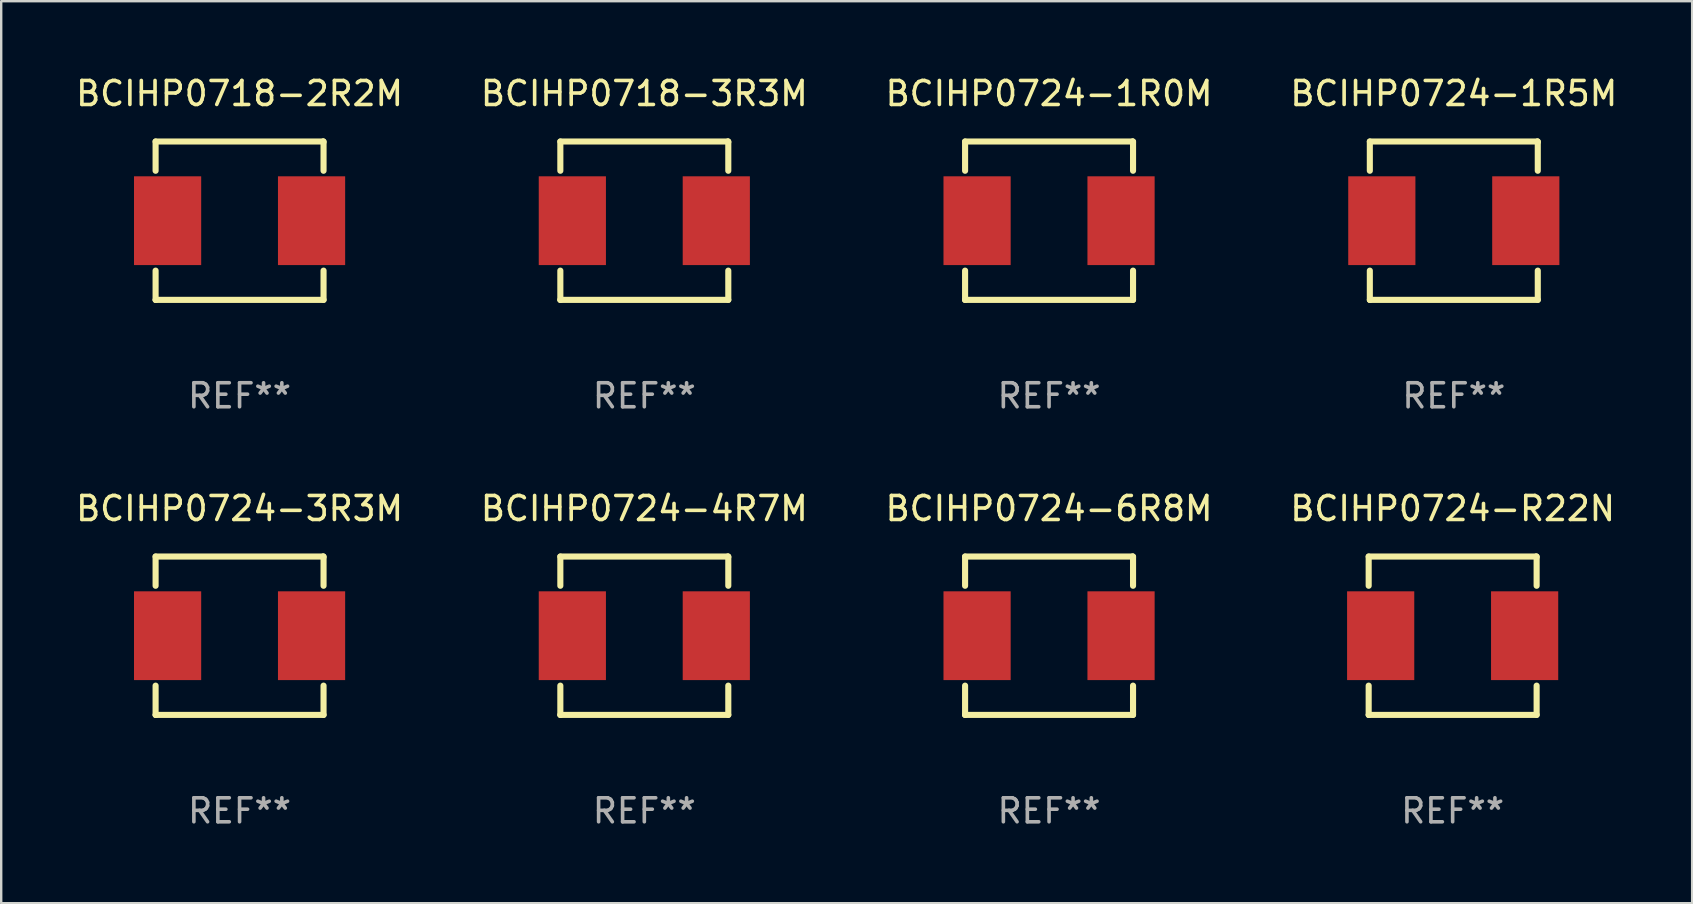
<source format=kicad_pcb>
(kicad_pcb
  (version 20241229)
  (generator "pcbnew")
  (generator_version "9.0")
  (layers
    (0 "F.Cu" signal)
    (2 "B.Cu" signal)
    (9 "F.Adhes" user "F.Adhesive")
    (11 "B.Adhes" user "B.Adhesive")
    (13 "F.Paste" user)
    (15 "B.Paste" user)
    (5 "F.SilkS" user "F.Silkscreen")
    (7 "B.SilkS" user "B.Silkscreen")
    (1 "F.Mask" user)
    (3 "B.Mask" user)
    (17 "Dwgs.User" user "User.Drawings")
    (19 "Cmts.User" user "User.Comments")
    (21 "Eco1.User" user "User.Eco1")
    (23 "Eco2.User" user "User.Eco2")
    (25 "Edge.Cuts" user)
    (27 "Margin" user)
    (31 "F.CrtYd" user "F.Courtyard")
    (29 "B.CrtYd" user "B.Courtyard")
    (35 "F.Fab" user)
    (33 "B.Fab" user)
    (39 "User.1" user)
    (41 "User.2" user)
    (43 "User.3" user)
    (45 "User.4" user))
  (footprint "BCIHP0724-R22N"
    (layer "F.Cu")
    (at 57.494 23.445)
    (property "Reference" "BCIHP0724-R22N" (at 0 -5.3 0) (layer "F.SilkS") (effects (font (size 1 1) (thickness 0.15))))
    (attr through_hole)
    (fp_line (start -3.5 -3.3) (end 3.48 -3.3) (stroke (width 0.254) (type solid)) (layer "F.SilkS"))
    (fp_line (start -3.5 -2.081) (end -3.5 -3.3) (stroke (width 0.254) (type solid)) (layer "F.SilkS"))
    (fp_line (start -3.5 3.3) (end -3.5 2.081) (stroke (width 0.254) (type solid)) (layer "F.SilkS"))
    (fp_line (start -3.49 3.3) (end -3.5 3.3) (stroke (width 0.254) (type solid)) (layer "F.SilkS"))
    (fp_line (start 3.48 -3.3) (end 3.5 -3.28) (stroke (width 0.254) (type solid)) (layer "F.SilkS"))
    (fp_line (start 3.5 -3.3) (end 3.5 -2.081) (stroke (width 0.254) (type solid)) (layer "F.SilkS"))
    (fp_line (start 3.5 2.081) (end 3.5 3.3) (stroke (width 0.254) (type solid)) (layer "F.SilkS"))
    (fp_line (start 3.5 3.3) (end -3.49 3.3) (stroke (width 0.254) (type solid)) (layer "F.SilkS"))
    (fp_circle (center -3.5 3.3) (end -3.47 3.3) (stroke (width 0.06) (type solid)) (fill no) (layer "F.SilkS"))
    (fp_text user "REF**" (at 0 7.3 0) (layer "F.Fab") (effects (font (size 1 1) (thickness 0.15))))
    (pad "1" smd rect (at -3 0) (size 2.8 3.7) (layers "F.Cu" "F.Mask" "F.Paste"))
    (pad "2" smd rect (at 3 0) (size 2.8 3.7) (layers "F.Cu" "F.Mask" "F.Paste")))
  (footprint "BCIHP0724-1R0M"
    (layer "F.Cu")
    (at 40.673 6.148)
    (property "Reference" "BCIHP0724-1R0M" (at 0 -5.3 0) (layer "F.SilkS") (effects (font (size 1 1) (thickness 0.15))))
    (attr through_hole)
    (fp_line (start -3.5 -3.3) (end 3.48 -3.3) (stroke (width 0.254) (type solid)) (layer "F.SilkS"))
    (fp_line (start -3.5 -2.081) (end -3.5 -3.3) (stroke (width 0.254) (type solid)) (layer "F.SilkS"))
    (fp_line (start -3.5 3.3) (end -3.5 2.081) (stroke (width 0.254) (type solid)) (layer "F.SilkS"))
    (fp_line (start -3.49 3.3) (end -3.5 3.3) (stroke (width 0.254) (type solid)) (layer "F.SilkS"))
    (fp_line (start 3.48 -3.3) (end 3.5 -3.28) (stroke (width 0.254) (type solid)) (layer "F.SilkS"))
    (fp_line (start 3.5 -3.3) (end 3.5 -2.081) (stroke (width 0.254) (type solid)) (layer "F.SilkS"))
    (fp_line (start 3.5 2.081) (end 3.5 3.3) (stroke (width 0.254) (type solid)) (layer "F.SilkS"))
    (fp_line (start 3.5 3.3) (end -3.49 3.3) (stroke (width 0.254) (type solid)) (layer "F.SilkS"))
    (fp_circle (center -3.5 3.3) (end -3.47 3.3) (stroke (width 0.06) (type solid)) (fill no) (layer "F.SilkS"))
    (fp_text user "REF**" (at 0 7.3 0) (layer "F.Fab") (effects (font (size 1 1) (thickness 0.15))))
    (pad "1" smd rect (at -3 0) (size 2.8 3.7) (layers "F.Cu" "F.Mask" "F.Paste"))
    (pad "2" smd rect (at 3 0) (size 2.8 3.7) (layers "F.Cu" "F.Mask" "F.Paste")))
  (footprint "BCIHP0724-4R7M"
    (layer "F.Cu")
    (at 23.804 23.445)
    (property "Reference" "BCIHP0724-4R7M" (at 0 -5.3 0) (layer "F.SilkS") (effects (font (size 1 1) (thickness 0.15))))
    (attr through_hole)
    (fp_line (start -3.5 -3.3) (end 3.48 -3.3) (stroke (width 0.254) (type solid)) (layer "F.SilkS"))
    (fp_line (start -3.5 -2.081) (end -3.5 -3.3) (stroke (width 0.254) (type solid)) (layer "F.SilkS"))
    (fp_line (start -3.5 3.3) (end -3.5 2.081) (stroke (width 0.254) (type solid)) (layer "F.SilkS"))
    (fp_line (start -3.49 3.3) (end -3.5 3.3) (stroke (width 0.254) (type solid)) (layer "F.SilkS"))
    (fp_line (start 3.48 -3.3) (end 3.5 -3.28) (stroke (width 0.254) (type solid)) (layer "F.SilkS"))
    (fp_line (start 3.5 -3.3) (end 3.5 -2.081) (stroke (width 0.254) (type solid)) (layer "F.SilkS"))
    (fp_line (start 3.5 2.081) (end 3.5 3.3) (stroke (width 0.254) (type solid)) (layer "F.SilkS"))
    (fp_line (start 3.5 3.3) (end -3.49 3.3) (stroke (width 0.254) (type solid)) (layer "F.SilkS"))
    (fp_circle (center -3.5 3.3) (end -3.47 3.3) (stroke (width 0.06) (type solid)) (fill no) (layer "F.SilkS"))
    (fp_text user "REF**" (at 0 7.3 0) (layer "F.Fab") (effects (font (size 1 1) (thickness 0.15))))
    (pad "1" smd rect (at -3 0) (size 2.8 3.7) (layers "F.Cu" "F.Mask" "F.Paste"))
    (pad "2" smd rect (at 3 0) (size 2.8 3.7) (layers "F.Cu" "F.Mask" "F.Paste")))
  (footprint "BCIHP0724-3R3M"
    (layer "F.Cu")
    (at 6.935 23.445)
    (property "Reference" "BCIHP0724-3R3M" (at 0 -5.3 0) (layer "F.SilkS") (effects (font (size 1 1) (thickness 0.15))))
    (attr through_hole)
    (fp_line (start -3.5 -3.3) (end 3.48 -3.3) (stroke (width 0.254) (type solid)) (layer "F.SilkS"))
    (fp_line (start -3.5 -2.081) (end -3.5 -3.3) (stroke (width 0.254) (type solid)) (layer "F.SilkS"))
    (fp_line (start -3.5 3.3) (end -3.5 2.081) (stroke (width 0.254) (type solid)) (layer "F.SilkS"))
    (fp_line (start -3.49 3.3) (end -3.5 3.3) (stroke (width 0.254) (type solid)) (layer "F.SilkS"))
    (fp_line (start 3.48 -3.3) (end 3.5 -3.28) (stroke (width 0.254) (type solid)) (layer "F.SilkS"))
    (fp_line (start 3.5 -3.3) (end 3.5 -2.081) (stroke (width 0.254) (type solid)) (layer "F.SilkS"))
    (fp_line (start 3.5 2.081) (end 3.5 3.3) (stroke (width 0.254) (type solid)) (layer "F.SilkS"))
    (fp_line (start 3.5 3.3) (end -3.49 3.3) (stroke (width 0.254) (type solid)) (layer "F.SilkS"))
    (fp_circle (center -3.5 3.3) (end -3.47 3.3) (stroke (width 0.06) (type solid)) (fill no) (layer "F.SilkS"))
    (fp_text user "REF**" (at 0 7.3 0) (layer "F.Fab") (effects (font (size 1 1) (thickness 0.15))))
    (pad "1" smd rect (at -3 0) (size 2.8 3.7) (layers "F.Cu" "F.Mask" "F.Paste"))
    (pad "2" smd rect (at 3 0) (size 2.8 3.7) (layers "F.Cu" "F.Mask" "F.Paste")))
  (footprint "BCIHP0718-3R3M"
    (layer "F.Cu")
    (at 23.804 6.148)
    (property "Reference" "BCIHP0718-3R3M" (at 0 -5.3 0) (layer "F.SilkS") (effects (font (size 1 1) (thickness 0.15))))
    (attr through_hole)
    (fp_line (start -3.5 -3.3) (end 3.48 -3.3) (stroke (width 0.254) (type solid)) (layer "F.SilkS"))
    (fp_line (start -3.5 -2.081) (end -3.5 -3.3) (stroke (width 0.254) (type solid)) (layer "F.SilkS"))
    (fp_line (start -3.5 3.3) (end -3.5 2.081) (stroke (width 0.254) (type solid)) (layer "F.SilkS"))
    (fp_line (start -3.49 3.3) (end -3.5 3.3) (stroke (width 0.254) (type solid)) (layer "F.SilkS"))
    (fp_line (start 3.48 -3.3) (end 3.5 -3.28) (stroke (width 0.254) (type solid)) (layer "F.SilkS"))
    (fp_line (start 3.5 -3.3) (end 3.5 -2.081) (stroke (width 0.254) (type solid)) (layer "F.SilkS"))
    (fp_line (start 3.5 2.081) (end 3.5 3.3) (stroke (width 0.254) (type solid)) (layer "F.SilkS"))
    (fp_line (start 3.5 3.3) (end -3.49 3.3) (stroke (width 0.254) (type solid)) (layer "F.SilkS"))
    (fp_circle (center -3.5 3.3) (end -3.47 3.3) (stroke (width 0.06) (type solid)) (fill no) (layer "F.SilkS"))
    (fp_text user "REF**" (at 0 7.3 0) (layer "F.Fab") (effects (font (size 1 1) (thickness 0.15))))
    (pad "1" smd rect (at -3 0) (size 2.8 3.7) (layers "F.Cu" "F.Mask" "F.Paste"))
    (pad "2" smd rect (at 3 0) (size 2.8 3.7) (layers "F.Cu" "F.Mask" "F.Paste")))
  (footprint "BCIHP0724-6R8M"
    (layer "F.Cu")
    (at 40.673 23.445)
    (property "Reference" "BCIHP0724-6R8M" (at 0 -5.3 0) (layer "F.SilkS") (effects (font (size 1 1) (thickness 0.15))))
    (attr through_hole)
    (fp_line (start -3.5 -3.3) (end 3.48 -3.3) (stroke (width 0.254) (type solid)) (layer "F.SilkS"))
    (fp_line (start -3.5 -2.081) (end -3.5 -3.3) (stroke (width 0.254) (type solid)) (layer "F.SilkS"))
    (fp_line (start -3.5 3.3) (end -3.5 2.081) (stroke (width 0.254) (type solid)) (layer "F.SilkS"))
    (fp_line (start -3.49 3.3) (end -3.5 3.3) (stroke (width 0.254) (type solid)) (layer "F.SilkS"))
    (fp_line (start 3.48 -3.3) (end 3.5 -3.28) (stroke (width 0.254) (type solid)) (layer "F.SilkS"))
    (fp_line (start 3.5 -3.3) (end 3.5 -2.081) (stroke (width 0.254) (type solid)) (layer "F.SilkS"))
    (fp_line (start 3.5 2.081) (end 3.5 3.3) (stroke (width 0.254) (type solid)) (layer "F.SilkS"))
    (fp_line (start 3.5 3.3) (end -3.49 3.3) (stroke (width 0.254) (type solid)) (layer "F.SilkS"))
    (fp_circle (center -3.5 3.3) (end -3.47 3.3) (stroke (width 0.06) (type solid)) (fill no) (layer "F.SilkS"))
    (fp_text user "REF**" (at 0 7.3 0) (layer "F.Fab") (effects (font (size 1 1) (thickness 0.15))))
    (pad "1" smd rect (at -3 0) (size 2.8 3.7) (layers "F.Cu" "F.Mask" "F.Paste"))
    (pad "2" smd rect (at 3 0) (size 2.8 3.7) (layers "F.Cu" "F.Mask" "F.Paste")))
  (footprint "BCIHP0724-1R5M"
    (layer "F.Cu")
    (at 57.542 6.148)
    (property "Reference" "BCIHP0724-1R5M" (at 0 -5.3 0) (layer "F.SilkS") (effects (font (size 1 1) (thickness 0.15))))
    (attr through_hole)
    (fp_line (start -3.5 -3.3) (end 3.48 -3.3) (stroke (width 0.254) (type solid)) (layer "F.SilkS"))
    (fp_line (start -3.5 -2.081) (end -3.5 -3.3) (stroke (width 0.254) (type solid)) (layer "F.SilkS"))
    (fp_line (start -3.5 3.3) (end -3.5 2.081) (stroke (width 0.254) (type solid)) (layer "F.SilkS"))
    (fp_line (start -3.49 3.3) (end -3.5 3.3) (stroke (width 0.254) (type solid)) (layer "F.SilkS"))
    (fp_line (start 3.48 -3.3) (end 3.5 -3.28) (stroke (width 0.254) (type solid)) (layer "F.SilkS"))
    (fp_line (start 3.5 -3.3) (end 3.5 -2.081) (stroke (width 0.254) (type solid)) (layer "F.SilkS"))
    (fp_line (start 3.5 2.081) (end 3.5 3.3) (stroke (width 0.254) (type solid)) (layer "F.SilkS"))
    (fp_line (start 3.5 3.3) (end -3.49 3.3) (stroke (width 0.254) (type solid)) (layer "F.SilkS"))
    (fp_circle (center -3.5 3.3) (end -3.47 3.3) (stroke (width 0.06) (type solid)) (fill no) (layer "F.SilkS"))
    (fp_text user "REF**" (at 0 7.3 0) (layer "F.Fab") (effects (font (size 1 1) (thickness 0.15))))
    (pad "1" smd rect (at -3 0) (size 2.8 3.7) (layers "F.Cu" "F.Mask" "F.Paste"))
    (pad "2" smd rect (at 3 0) (size 2.8 3.7) (layers "F.Cu" "F.Mask" "F.Paste")))
  (footprint "BCIHP0718-2R2M"
    (layer "F.Cu")
    (at 6.935 6.148)
    (property "Reference" "BCIHP0718-2R2M" (at 0 -5.3 0) (layer "F.SilkS") (effects (font (size 1 1) (thickness 0.15))))
    (attr through_hole)
    (fp_line (start -3.5 -3.3) (end 3.48 -3.3) (stroke (width 0.254) (type solid)) (layer "F.SilkS"))
    (fp_line (start -3.5 -2.081) (end -3.5 -3.3) (stroke (width 0.254) (type solid)) (layer "F.SilkS"))
    (fp_line (start -3.5 3.3) (end -3.5 2.081) (stroke (width 0.254) (type solid)) (layer "F.SilkS"))
    (fp_line (start -3.49 3.3) (end -3.5 3.3) (stroke (width 0.254) (type solid)) (layer "F.SilkS"))
    (fp_line (start 3.48 -3.3) (end 3.5 -3.28) (stroke (width 0.254) (type solid)) (layer "F.SilkS"))
    (fp_line (start 3.5 -3.3) (end 3.5 -2.081) (stroke (width 0.254) (type solid)) (layer "F.SilkS"))
    (fp_line (start 3.5 2.081) (end 3.5 3.3) (stroke (width 0.254) (type solid)) (layer "F.SilkS"))
    (fp_line (start 3.5 3.3) (end -3.49 3.3) (stroke (width 0.254) (type solid)) (layer "F.SilkS"))
    (fp_circle (center -3.5 3.3) (end -3.47 3.3) (stroke (width 0.06) (type solid)) (fill no) (layer "F.SilkS"))
    (fp_text user "REF**" (at 0 7.3 0) (layer "F.Fab") (effects (font (size 1 1) (thickness 0.15))))
    (pad "1" smd rect (at -3 0) (size 2.8 3.7) (layers "F.Cu" "F.Mask" "F.Paste"))
    (pad "2" smd rect (at 3 0) (size 2.8 3.7) (layers "F.Cu" "F.Mask" "F.Paste")))
  (gr_rect
    (start -3 -3)
    (end 67.476 34.593)
    (stroke (width 0.1) (type default))
    (fill no)
    (layer "Edge.Cuts")))
</source>
